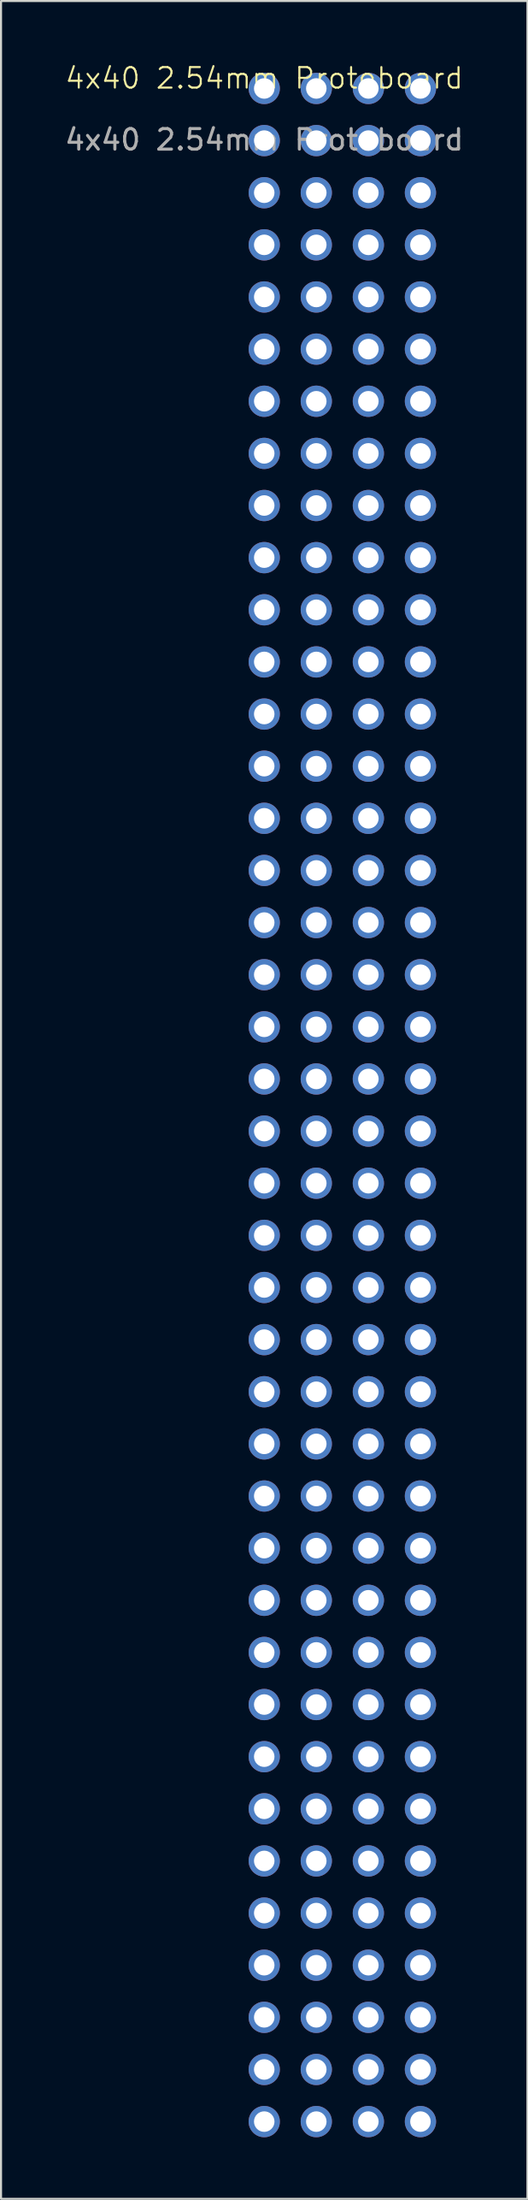
<source format=kicad_pcb>
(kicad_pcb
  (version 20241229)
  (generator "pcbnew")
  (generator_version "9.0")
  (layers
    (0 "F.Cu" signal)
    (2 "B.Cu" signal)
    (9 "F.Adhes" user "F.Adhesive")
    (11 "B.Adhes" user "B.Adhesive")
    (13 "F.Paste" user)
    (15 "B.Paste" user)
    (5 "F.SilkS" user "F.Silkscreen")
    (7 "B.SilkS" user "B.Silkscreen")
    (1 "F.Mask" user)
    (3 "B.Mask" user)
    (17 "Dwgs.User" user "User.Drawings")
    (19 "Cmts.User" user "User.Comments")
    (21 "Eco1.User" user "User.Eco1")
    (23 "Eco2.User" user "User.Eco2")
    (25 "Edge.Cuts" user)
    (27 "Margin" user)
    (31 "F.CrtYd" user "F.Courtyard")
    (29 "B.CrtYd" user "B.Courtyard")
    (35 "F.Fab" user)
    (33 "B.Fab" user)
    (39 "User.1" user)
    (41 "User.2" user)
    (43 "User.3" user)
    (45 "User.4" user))
  (footprint "4x40 2.54mm Protoboard"
    (layer "F.Cu")
    (at 9.839 1.26)
    (property "Reference" "4x40 2.54mm Protoboard" (at 0 -0.5 0) (unlocked yes) (layer "F.SilkS") (effects (font (size 1 1) (thickness 0.1))))
    (attr through_hole)
    (fp_text user "${REFERENCE}" (at 0 2.5 0) (unlocked yes) (layer "F.Fab") (effects (font (size 1 1) (thickness 0.15))))
    (pad "1" thru_hole circle (at 0 0) (size 1.525 1.525) (drill 1) (layers "*.Cu" "*.Mask"))
    (pad "2" thru_hole circle (at 2.54 0) (size 1.525 1.525) (drill 1) (layers "*.Cu" "*.Mask"))
    (pad "3" thru_hole circle (at 5.08 0) (size 1.525 1.525) (drill 1) (layers "*.Cu" "*.Mask"))
    (pad "4" thru_hole circle (at 7.62 0) (size 1.525 1.525) (drill 1) (layers "*.Cu" "*.Mask"))
    (pad "5" thru_hole circle (at 0 2.54) (size 1.525 1.525) (drill 1) (layers "*.Cu" "*.Mask"))
    (pad "6" thru_hole circle (at 2.54 2.54) (size 1.525 1.525) (drill 1) (layers "*.Cu" "*.Mask"))
    (pad "7" thru_hole circle (at 5.08 2.54) (size 1.525 1.525) (drill 1) (layers "*.Cu" "*.Mask"))
    (pad "8" thru_hole circle (at 7.62 2.54) (size 1.525 1.525) (drill 1) (layers "*.Cu" "*.Mask"))
    (pad "9" thru_hole circle (at 0 5.08) (size 1.525 1.525) (drill 1) (layers "*.Cu" "*.Mask"))
    (pad "10" thru_hole circle (at 2.54 5.08) (size 1.525 1.525) (drill 1) (layers "*.Cu" "*.Mask"))
    (pad "11" thru_hole circle (at 5.08 5.08) (size 1.525 1.525) (drill 1) (layers "*.Cu" "*.Mask"))
    (pad "12" thru_hole circle (at 7.62 5.08) (size 1.525 1.525) (drill 1) (layers "*.Cu" "*.Mask"))
    (pad "13" thru_hole circle (at 0 7.62) (size 1.525 1.525) (drill 1) (layers "*.Cu" "*.Mask"))
    (pad "14" thru_hole circle (at 2.54 7.62) (size 1.525 1.525) (drill 1) (layers "*.Cu" "*.Mask"))
    (pad "15" thru_hole circle (at 5.08 7.62) (size 1.525 1.525) (drill 1) (layers "*.Cu" "*.Mask"))
    (pad "16" thru_hole circle (at 7.62 7.62) (size 1.525 1.525) (drill 1) (layers "*.Cu" "*.Mask"))
    (pad "17" thru_hole circle (at 0 10.16) (size 1.525 1.525) (drill 1) (layers "*.Cu" "*.Mask"))
    (pad "18" thru_hole circle (at 2.54 10.16) (size 1.525 1.525) (drill 1) (layers "*.Cu" "*.Mask"))
    (pad "19" thru_hole circle (at 5.08 10.16) (size 1.525 1.525) (drill 1) (layers "*.Cu" "*.Mask"))
    (pad "20" thru_hole circle (at 7.62 10.16) (size 1.525 1.525) (drill 1) (layers "*.Cu" "*.Mask"))
    (pad "21" thru_hole circle (at 0 12.7) (size 1.525 1.525) (drill 1) (layers "*.Cu" "*.Mask"))
    (pad "22" thru_hole circle (at 2.54 12.7) (size 1.525 1.525) (drill 1) (layers "*.Cu" "*.Mask"))
    (pad "23" thru_hole circle (at 5.08 12.7) (size 1.525 1.525) (drill 1) (layers "*.Cu" "*.Mask"))
    (pad "24" thru_hole circle (at 7.62 12.7) (size 1.525 1.525) (drill 1) (layers "*.Cu" "*.Mask"))
    (pad "25" thru_hole circle (at 0 15.24) (size 1.525 1.525) (drill 1) (layers "*.Cu" "*.Mask"))
    (pad "26" thru_hole circle (at 2.54 15.24) (size 1.525 1.525) (drill 1) (layers "*.Cu" "*.Mask"))
    (pad "27" thru_hole circle (at 5.08 15.24) (size 1.525 1.525) (drill 1) (layers "*.Cu" "*.Mask"))
    (pad "28" thru_hole circle (at 7.62 15.24) (size 1.525 1.525) (drill 1) (layers "*.Cu" "*.Mask"))
    (pad "29" thru_hole circle (at 0 17.78) (size 1.525 1.525) (drill 1) (layers "*.Cu" "*.Mask"))
    (pad "30" thru_hole circle (at 2.54 17.78) (size 1.525 1.525) (drill 1) (layers "*.Cu" "*.Mask"))
    (pad "31" thru_hole circle (at 5.08 17.78) (size 1.525 1.525) (drill 1) (layers "*.Cu" "*.Mask"))
    (pad "32" thru_hole circle (at 7.62 17.78) (size 1.525 1.525) (drill 1) (layers "*.Cu" "*.Mask"))
    (pad "33" thru_hole circle (at 0 20.32) (size 1.525 1.525) (drill 1) (layers "*.Cu" "*.Mask"))
    (pad "34" thru_hole circle (at 2.54 20.32) (size 1.525 1.525) (drill 1) (layers "*.Cu" "*.Mask"))
    (pad "35" thru_hole circle (at 5.08 20.32) (size 1.525 1.525) (drill 1) (layers "*.Cu" "*.Mask"))
    (pad "36" thru_hole circle (at 7.62 20.32) (size 1.525 1.525) (drill 1) (layers "*.Cu" "*.Mask"))
    (pad "37" thru_hole circle (at 0 22.86) (size 1.525 1.525) (drill 1) (layers "*.Cu" "*.Mask"))
    (pad "38" thru_hole circle (at 2.54 22.86) (size 1.525 1.525) (drill 1) (layers "*.Cu" "*.Mask"))
    (pad "39" thru_hole circle (at 5.08 22.86) (size 1.525 1.525) (drill 1) (layers "*.Cu" "*.Mask"))
    (pad "40" thru_hole circle (at 7.62 22.86) (size 1.525 1.525) (drill 1) (layers "*.Cu" "*.Mask"))
    (pad "41" thru_hole circle (at 0 25.4) (size 1.525 1.525) (drill 1) (layers "*.Cu" "*.Mask"))
    (pad "42" thru_hole circle (at 2.54 25.4) (size 1.525 1.525) (drill 1) (layers "*.Cu" "*.Mask"))
    (pad "43" thru_hole circle (at 5.08 25.4) (size 1.525 1.525) (drill 1) (layers "*.Cu" "*.Mask"))
    (pad "44" thru_hole circle (at 7.62 25.4) (size 1.525 1.525) (drill 1) (layers "*.Cu" "*.Mask"))
    (pad "45" thru_hole circle (at 0 27.94) (size 1.525 1.525) (drill 1) (layers "*.Cu" "*.Mask"))
    (pad "46" thru_hole circle (at 2.54 27.94) (size 1.525 1.525) (drill 1) (layers "*.Cu" "*.Mask"))
    (pad "47" thru_hole circle (at 5.08 27.94) (size 1.525 1.525) (drill 1) (layers "*.Cu" "*.Mask"))
    (pad "48" thru_hole circle (at 7.62 27.94) (size 1.525 1.525) (drill 1) (layers "*.Cu" "*.Mask"))
    (pad "49" thru_hole circle (at 0 30.48) (size 1.525 1.525) (drill 1) (layers "*.Cu" "*.Mask"))
    (pad "50" thru_hole circle (at 2.54 30.48) (size 1.525 1.525) (drill 1) (layers "*.Cu" "*.Mask"))
    (pad "51" thru_hole circle (at 5.08 30.48) (size 1.525 1.525) (drill 1) (layers "*.Cu" "*.Mask"))
    (pad "52" thru_hole circle (at 7.62 30.48) (size 1.525 1.525) (drill 1) (layers "*.Cu" "*.Mask"))
    (pad "53" thru_hole circle (at 0 33.02) (size 1.525 1.525) (drill 1) (layers "*.Cu" "*.Mask"))
    (pad "54" thru_hole circle (at 2.54 33.02) (size 1.525 1.525) (drill 1) (layers "*.Cu" "*.Mask"))
    (pad "55" thru_hole circle (at 5.08 33.02) (size 1.525 1.525) (drill 1) (layers "*.Cu" "*.Mask"))
    (pad "56" thru_hole circle (at 7.62 33.02) (size 1.525 1.525) (drill 1) (layers "*.Cu" "*.Mask"))
    (pad "57" thru_hole circle (at 0 35.56) (size 1.525 1.525) (drill 1) (layers "*.Cu" "*.Mask"))
    (pad "58" thru_hole circle (at 2.54 35.56) (size 1.525 1.525) (drill 1) (layers "*.Cu" "*.Mask"))
    (pad "59" thru_hole circle (at 5.08 35.56) (size 1.525 1.525) (drill 1) (layers "*.Cu" "*.Mask"))
    (pad "60" thru_hole circle (at 7.62 35.56) (size 1.525 1.525) (drill 1) (layers "*.Cu" "*.Mask"))
    (pad "61" thru_hole circle (at 0 38.1) (size 1.525 1.525) (drill 1) (layers "*.Cu" "*.Mask"))
    (pad "62" thru_hole circle (at 2.54 38.1) (size 1.525 1.525) (drill 1) (layers "*.Cu" "*.Mask"))
    (pad "63" thru_hole circle (at 5.08 38.1) (size 1.525 1.525) (drill 1) (layers "*.Cu" "*.Mask"))
    (pad "64" thru_hole circle (at 7.62 38.1) (size 1.525 1.525) (drill 1) (layers "*.Cu" "*.Mask"))
    (pad "65" thru_hole circle (at 0 40.64) (size 1.525 1.525) (drill 1) (layers "*.Cu" "*.Mask"))
    (pad "66" thru_hole circle (at 2.54 40.64) (size 1.525 1.525) (drill 1) (layers "*.Cu" "*.Mask"))
    (pad "67" thru_hole circle (at 5.08 40.64) (size 1.525 1.525) (drill 1) (layers "*.Cu" "*.Mask"))
    (pad "68" thru_hole circle (at 7.62 40.64) (size 1.525 1.525) (drill 1) (layers "*.Cu" "*.Mask"))
    (pad "69" thru_hole circle (at 0 43.18) (size 1.525 1.525) (drill 1) (layers "*.Cu" "*.Mask"))
    (pad "70" thru_hole circle (at 2.54 43.18) (size 1.525 1.525) (drill 1) (layers "*.Cu" "*.Mask"))
    (pad "71" thru_hole circle (at 5.08 43.18) (size 1.525 1.525) (drill 1) (layers "*.Cu" "*.Mask"))
    (pad "72" thru_hole circle (at 7.62 43.18) (size 1.525 1.525) (drill 1) (layers "*.Cu" "*.Mask"))
    (pad "73" thru_hole circle (at 0 45.72) (size 1.525 1.525) (drill 1) (layers "*.Cu" "*.Mask"))
    (pad "74" thru_hole circle (at 2.54 45.72) (size 1.525 1.525) (drill 1) (layers "*.Cu" "*.Mask"))
    (pad "75" thru_hole circle (at 5.08 45.72) (size 1.525 1.525) (drill 1) (layers "*.Cu" "*.Mask"))
    (pad "76" thru_hole circle (at 7.62 45.72) (size 1.525 1.525) (drill 1) (layers "*.Cu" "*.Mask"))
    (pad "77" thru_hole circle (at 0 48.26) (size 1.525 1.525) (drill 1) (layers "*.Cu" "*.Mask"))
    (pad "78" thru_hole circle (at 2.54 48.26) (size 1.525 1.525) (drill 1) (layers "*.Cu" "*.Mask"))
    (pad "79" thru_hole circle (at 5.08 48.26) (size 1.525 1.525) (drill 1) (layers "*.Cu" "*.Mask"))
    (pad "80" thru_hole circle (at 7.62 48.26) (size 1.525 1.525) (drill 1) (layers "*.Cu" "*.Mask"))
    (pad "81" thru_hole circle (at 0 50.8) (size 1.525 1.525) (drill 1) (layers "*.Cu" "*.Mask"))
    (pad "82" thru_hole circle (at 2.54 50.8) (size 1.525 1.525) (drill 1) (layers "*.Cu" "*.Mask"))
    (pad "83" thru_hole circle (at 5.08 50.8) (size 1.525 1.525) (drill 1) (layers "*.Cu" "*.Mask"))
    (pad "84" thru_hole circle (at 7.62 50.8) (size 1.525 1.525) (drill 1) (layers "*.Cu" "*.Mask"))
    (pad "85" thru_hole circle (at 0 53.34) (size 1.525 1.525) (drill 1) (layers "*.Cu" "*.Mask"))
    (pad "86" thru_hole circle (at 2.54 53.34) (size 1.525 1.525) (drill 1) (layers "*.Cu" "*.Mask"))
    (pad "87" thru_hole circle (at 5.08 53.34) (size 1.525 1.525) (drill 1) (layers "*.Cu" "*.Mask"))
    (pad "88" thru_hole circle (at 7.62 53.34) (size 1.525 1.525) (drill 1) (layers "*.Cu" "*.Mask"))
    (pad "89" thru_hole circle (at 0 55.88) (size 1.525 1.525) (drill 1) (layers "*.Cu" "*.Mask"))
    (pad "90" thru_hole circle (at 2.54 55.88) (size 1.525 1.525) (drill 1) (layers "*.Cu" "*.Mask"))
    (pad "91" thru_hole circle (at 5.08 55.88) (size 1.525 1.525) (drill 1) (layers "*.Cu" "*.Mask"))
    (pad "92" thru_hole circle (at 7.62 55.88) (size 1.525 1.525) (drill 1) (layers "*.Cu" "*.Mask"))
    (pad "93" thru_hole circle (at 0 58.42) (size 1.525 1.525) (drill 1) (layers "*.Cu" "*.Mask"))
    (pad "94" thru_hole circle (at 2.54 58.42) (size 1.525 1.525) (drill 1) (layers "*.Cu" "*.Mask"))
    (pad "95" thru_hole circle (at 5.08 58.42) (size 1.525 1.525) (drill 1) (layers "*.Cu" "*.Mask"))
    (pad "96" thru_hole circle (at 7.62 58.42) (size 1.525 1.525) (drill 1) (layers "*.Cu" "*.Mask"))
    (pad "97" thru_hole circle (at 0 60.96) (size 1.525 1.525) (drill 1) (layers "*.Cu" "*.Mask"))
    (pad "98" thru_hole circle (at 2.54 60.96) (size 1.525 1.525) (drill 1) (layers "*.Cu" "*.Mask"))
    (pad "99" thru_hole circle (at 5.08 60.96) (size 1.525 1.525) (drill 1) (layers "*.Cu" "*.Mask"))
    (pad "100" thru_hole circle (at 7.62 60.96) (size 1.525 1.525) (drill 1) (layers "*.Cu" "*.Mask"))
    (pad "101" thru_hole circle (at 0 63.5) (size 1.525 1.525) (drill 1) (layers "*.Cu" "*.Mask"))
    (pad "102" thru_hole circle (at 2.54 63.5) (size 1.525 1.525) (drill 1) (layers "*.Cu" "*.Mask"))
    (pad "103" thru_hole circle (at 5.08 63.5) (size 1.525 1.525) (drill 1) (layers "*.Cu" "*.Mask"))
    (pad "104" thru_hole circle (at 7.62 63.5) (size 1.525 1.525) (drill 1) (layers "*.Cu" "*.Mask"))
    (pad "105" thru_hole circle (at 0 66.04) (size 1.525 1.525) (drill 1) (layers "*.Cu" "*.Mask"))
    (pad "106" thru_hole circle (at 2.54 66.04) (size 1.525 1.525) (drill 1) (layers "*.Cu" "*.Mask"))
    (pad "107" thru_hole circle (at 5.08 66.04) (size 1.525 1.525) (drill 1) (layers "*.Cu" "*.Mask"))
    (pad "108" thru_hole circle (at 7.62 66.04) (size 1.525 1.525) (drill 1) (layers "*.Cu" "*.Mask"))
    (pad "109" thru_hole circle (at 0 68.58) (size 1.525 1.525) (drill 1) (layers "*.Cu" "*.Mask"))
    (pad "110" thru_hole circle (at 2.54 68.58) (size 1.525 1.525) (drill 1) (layers "*.Cu" "*.Mask"))
    (pad "111" thru_hole circle (at 5.08 68.58) (size 1.525 1.525) (drill 1) (layers "*.Cu" "*.Mask"))
    (pad "112" thru_hole circle (at 7.62 68.58) (size 1.525 1.525) (drill 1) (layers "*.Cu" "*.Mask"))
    (pad "113" thru_hole circle (at 0 71.12) (size 1.525 1.525) (drill 1) (layers "*.Cu" "*.Mask"))
    (pad "114" thru_hole circle (at 2.54 71.12) (size 1.525 1.525) (drill 1) (layers "*.Cu" "*.Mask"))
    (pad "115" thru_hole circle (at 5.08 71.12) (size 1.525 1.525) (drill 1) (layers "*.Cu" "*.Mask"))
    (pad "116" thru_hole circle (at 7.62 71.12) (size 1.525 1.525) (drill 1) (layers "*.Cu" "*.Mask"))
    (pad "117" thru_hole circle (at 0 73.66) (size 1.525 1.525) (drill 1) (layers "*.Cu" "*.Mask"))
    (pad "118" thru_hole circle (at 2.54 73.66) (size 1.525 1.525) (drill 1) (layers "*.Cu" "*.Mask"))
    (pad "119" thru_hole circle (at 5.08 73.66) (size 1.525 1.525) (drill 1) (layers "*.Cu" "*.Mask"))
    (pad "120" thru_hole circle (at 7.62 73.66) (size 1.525 1.525) (drill 1) (layers "*.Cu" "*.Mask"))
    (pad "121" thru_hole circle (at 0 76.2) (size 1.525 1.525) (drill 1) (layers "*.Cu" "*.Mask"))
    (pad "122" thru_hole circle (at 2.54 76.2) (size 1.525 1.525) (drill 1) (layers "*.Cu" "*.Mask"))
    (pad "123" thru_hole circle (at 5.08 76.2) (size 1.525 1.525) (drill 1) (layers "*.Cu" "*.Mask"))
    (pad "124" thru_hole circle (at 7.62 76.2) (size 1.525 1.525) (drill 1) (layers "*.Cu" "*.Mask"))
    (pad "125" thru_hole circle (at 0 78.74) (size 1.525 1.525) (drill 1) (layers "*.Cu" "*.Mask"))
    (pad "126" thru_hole circle (at 2.54 78.74) (size 1.525 1.525) (drill 1) (layers "*.Cu" "*.Mask"))
    (pad "127" thru_hole circle (at 5.08 78.74) (size 1.525 1.525) (drill 1) (layers "*.Cu" "*.Mask"))
    (pad "128" thru_hole circle (at 7.62 78.74) (size 1.525 1.525) (drill 1) (layers "*.Cu" "*.Mask"))
    (pad "129" thru_hole circle (at 0 81.28) (size 1.525 1.525) (drill 1) (layers "*.Cu" "*.Mask"))
    (pad "130" thru_hole circle (at 2.54 81.28) (size 1.525 1.525) (drill 1) (layers "*.Cu" "*.Mask"))
    (pad "131" thru_hole circle (at 5.08 81.28) (size 1.525 1.525) (drill 1) (layers "*.Cu" "*.Mask"))
    (pad "132" thru_hole circle (at 7.62 81.28) (size 1.525 1.525) (drill 1) (layers "*.Cu" "*.Mask"))
    (pad "133" thru_hole circle (at 0 83.82) (size 1.525 1.525) (drill 1) (layers "*.Cu" "*.Mask"))
    (pad "134" thru_hole circle (at 2.54 83.82) (size 1.525 1.525) (drill 1) (layers "*.Cu" "*.Mask"))
    (pad "135" thru_hole circle (at 5.08 83.82) (size 1.525 1.525) (drill 1) (layers "*.Cu" "*.Mask"))
    (pad "136" thru_hole circle (at 7.62 83.82) (size 1.525 1.525) (drill 1) (layers "*.Cu" "*.Mask"))
    (pad "137" thru_hole circle (at 0 86.36) (size 1.525 1.525) (drill 1) (layers "*.Cu" "*.Mask"))
    (pad "138" thru_hole circle (at 2.54 86.36) (size 1.525 1.525) (drill 1) (layers "*.Cu" "*.Mask"))
    (pad "139" thru_hole circle (at 5.08 86.36) (size 1.525 1.525) (drill 1) (layers "*.Cu" "*.Mask"))
    (pad "140" thru_hole circle (at 7.62 86.36) (size 1.525 1.525) (drill 1) (layers "*.Cu" "*.Mask"))
    (pad "141" thru_hole circle (at 0 88.9) (size 1.525 1.525) (drill 1) (layers "*.Cu" "*.Mask"))
    (pad "142" thru_hole circle (at 2.54 88.9) (size 1.525 1.525) (drill 1) (layers "*.Cu" "*.Mask"))
    (pad "143" thru_hole circle (at 5.08 88.9) (size 1.525 1.525) (drill 1) (layers "*.Cu" "*.Mask"))
    (pad "144" thru_hole circle (at 7.62 88.9) (size 1.525 1.525) (drill 1) (layers "*.Cu" "*.Mask"))
    (pad "145" thru_hole circle (at 0 91.44) (size 1.525 1.525) (drill 1) (layers "*.Cu" "*.Mask"))
    (pad "146" thru_hole circle (at 2.54 91.44) (size 1.525 1.525) (drill 1) (layers "*.Cu" "*.Mask"))
    (pad "147" thru_hole circle (at 5.08 91.44) (size 1.525 1.525) (drill 1) (layers "*.Cu" "*.Mask"))
    (pad "148" thru_hole circle (at 7.62 91.44) (size 1.525 1.525) (drill 1) (layers "*.Cu" "*.Mask"))
    (pad "149" thru_hole circle (at 0 93.98) (size 1.525 1.525) (drill 1) (layers "*.Cu" "*.Mask"))
    (pad "150" thru_hole circle (at 2.54 93.98) (size 1.525 1.525) (drill 1) (layers "*.Cu" "*.Mask"))
    (pad "151" thru_hole circle (at 5.08 93.98) (size 1.525 1.525) (drill 1) (layers "*.Cu" "*.Mask"))
    (pad "152" thru_hole circle (at 7.62 93.98) (size 1.525 1.525) (drill 1) (layers "*.Cu" "*.Mask"))
    (pad "153" thru_hole circle (at 0 96.52) (size 1.525 1.525) (drill 1) (layers "*.Cu" "*.Mask"))
    (pad "154" thru_hole circle (at 2.54 96.52) (size 1.525 1.525) (drill 1) (layers "*.Cu" "*.Mask"))
    (pad "155" thru_hole circle (at 5.08 96.52) (size 1.525 1.525) (drill 1) (layers "*.Cu" "*.Mask"))
    (pad "156" thru_hole circle (at 7.62 96.52) (size 1.525 1.525) (drill 1) (layers "*.Cu" "*.Mask"))
    (pad "157" thru_hole circle (at 0 99.06) (size 1.525 1.525) (drill 1) (layers "*.Cu" "*.Mask"))
    (pad "158" thru_hole circle (at 2.54 99.06) (size 1.525 1.525) (drill 1) (layers "*.Cu" "*.Mask"))
    (pad "159" thru_hole circle (at 5.08 99.06) (size 1.525 1.525) (drill 1) (layers "*.Cu" "*.Mask"))
    (pad "160" thru_hole circle (at 7.62 99.06) (size 1.525 1.525) (drill 1) (layers "*.Cu" "*.Mask")))
  (gr_rect
    (start -3 -3)
    (end 22.679 104.083)
    (stroke (width 0.1) (type default))
    (fill no)
    (layer "Edge.Cuts")))
</source>
